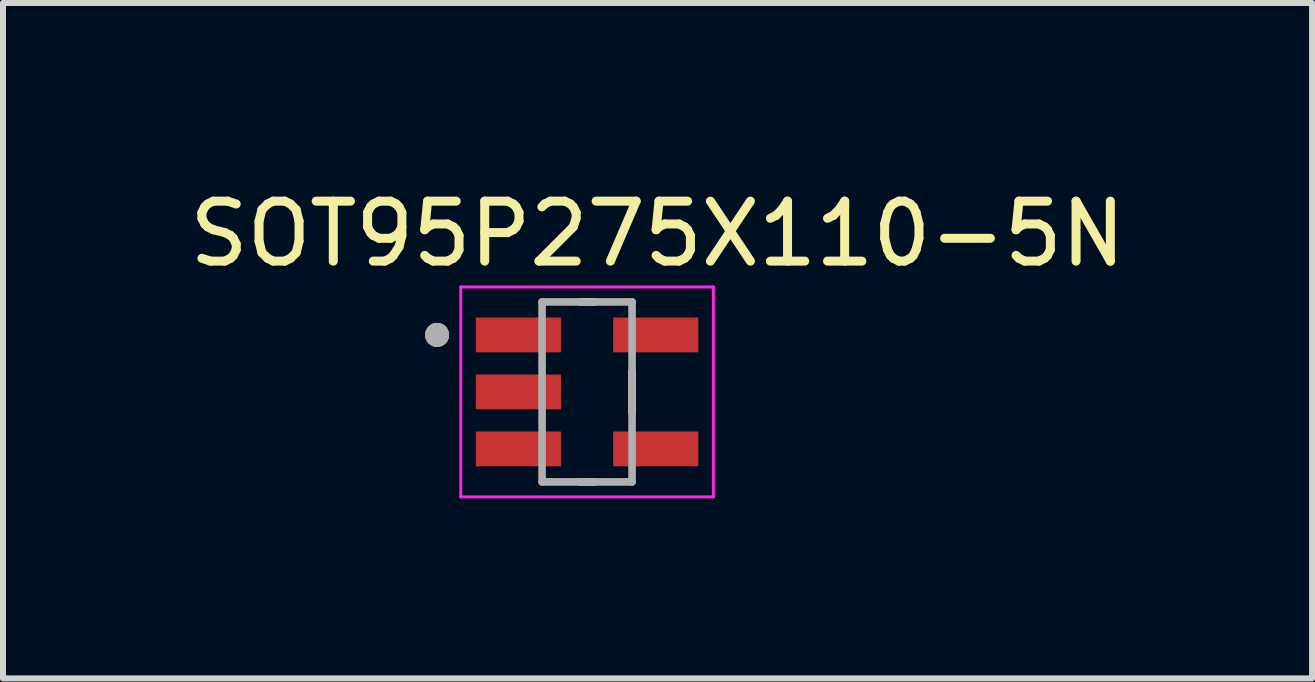
<source format=kicad_pcb>
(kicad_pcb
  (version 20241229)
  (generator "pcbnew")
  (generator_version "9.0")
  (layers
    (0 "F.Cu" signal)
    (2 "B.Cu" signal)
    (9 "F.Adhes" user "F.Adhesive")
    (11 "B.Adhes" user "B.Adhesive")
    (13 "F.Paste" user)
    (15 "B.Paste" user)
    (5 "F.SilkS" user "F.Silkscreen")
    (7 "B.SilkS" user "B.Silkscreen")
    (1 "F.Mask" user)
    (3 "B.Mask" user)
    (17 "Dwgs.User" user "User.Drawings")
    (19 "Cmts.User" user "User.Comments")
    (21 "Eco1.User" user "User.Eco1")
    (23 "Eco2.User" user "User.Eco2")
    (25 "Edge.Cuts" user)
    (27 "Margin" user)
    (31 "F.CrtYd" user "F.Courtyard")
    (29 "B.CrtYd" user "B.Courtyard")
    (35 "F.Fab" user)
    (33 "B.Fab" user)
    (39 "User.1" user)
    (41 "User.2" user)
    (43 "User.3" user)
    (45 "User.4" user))
  (footprint "SOT95P275X110-5N"
    (layer "F.Cu")
    (at 6.736 3.483)
    (property "Reference" "SOT95P275X110-5N" (at 1.175 -2.635 0) (layer "F.SilkS") (effects (font (size 1 1) (thickness 0.15))))
    (attr smd)
    (fp_line (start -0.12 -1.5) (end 0.12 -1.5) (stroke (width 0.127) (type solid)) (layer "F.SilkS"))
    (fp_line (start 0.12 1.5) (end -0.12 1.5) (stroke (width 0.127) (type solid)) (layer "F.SilkS"))
    (fp_line (start 0.75 -0.34) (end 0.75 0.34) (stroke (width 0.127) (type solid)) (layer "F.SilkS"))
    (fp_circle (center -2.5 -0.95) (end -2.4 -0.95) (stroke (width 0.2) (type solid)) (fill no) (layer "F.SilkS"))
    (fp_line (start -2.105 -1.75) (end 2.105 -1.75) (stroke (width 0.05) (type solid)) (layer "F.CrtYd"))
    (fp_line (start -2.105 1.75) (end -2.105 -1.75) (stroke (width 0.05) (type solid)) (layer "F.CrtYd"))
    (fp_line (start 2.105 -1.75) (end 2.105 1.75) (stroke (width 0.05) (type solid)) (layer "F.CrtYd"))
    (fp_line (start 2.105 1.75) (end -2.105 1.75) (stroke (width 0.05) (type solid)) (layer "F.CrtYd"))
    (fp_line (start -0.75 -1.5) (end 0.75 -1.5) (stroke (width 0.127) (type solid)) (layer "F.Fab"))
    (fp_line (start -0.75 1.5) (end -0.75 -1.5) (stroke (width 0.127) (type solid)) (layer "F.Fab"))
    (fp_line (start 0.75 -1.5) (end 0.75 1.5) (stroke (width 0.127) (type solid)) (layer "F.Fab"))
    (fp_line (start 0.75 1.5) (end -0.75 1.5) (stroke (width 0.127) (type solid)) (layer "F.Fab"))
    (fp_circle (center -2.5 -0.95) (end -2.4 -0.95) (stroke (width 0.2) (type solid)) (fill no) (layer "F.Fab"))
    (pad "1" smd rect (at -1.145 -0.95) (size 1.42 0.58) (layers "F.Cu" "F.Mask" "F.Paste"))
    (pad "2" smd rect (at -1.145 0) (size 1.42 0.58) (layers "F.Cu" "F.Mask" "F.Paste"))
    (pad "3" smd rect (at -1.145 0.95) (size 1.42 0.58) (layers "F.Cu" "F.Mask" "F.Paste"))
    (pad "4" smd rect (at 1.145 0.95) (size 1.42 0.58) (layers "F.Cu" "F.Mask" "F.Paste"))
    (pad "5" smd rect (at 1.145 -0.95) (size 1.42 0.58) (layers "F.Cu" "F.Mask" "F.Paste")))
  (gr_rect
    (start -3 -3)
    (end 18.821 8.258)
    (stroke (width 0.1) (type default))
    (fill no)
    (layer "Edge.Cuts")))
</source>
